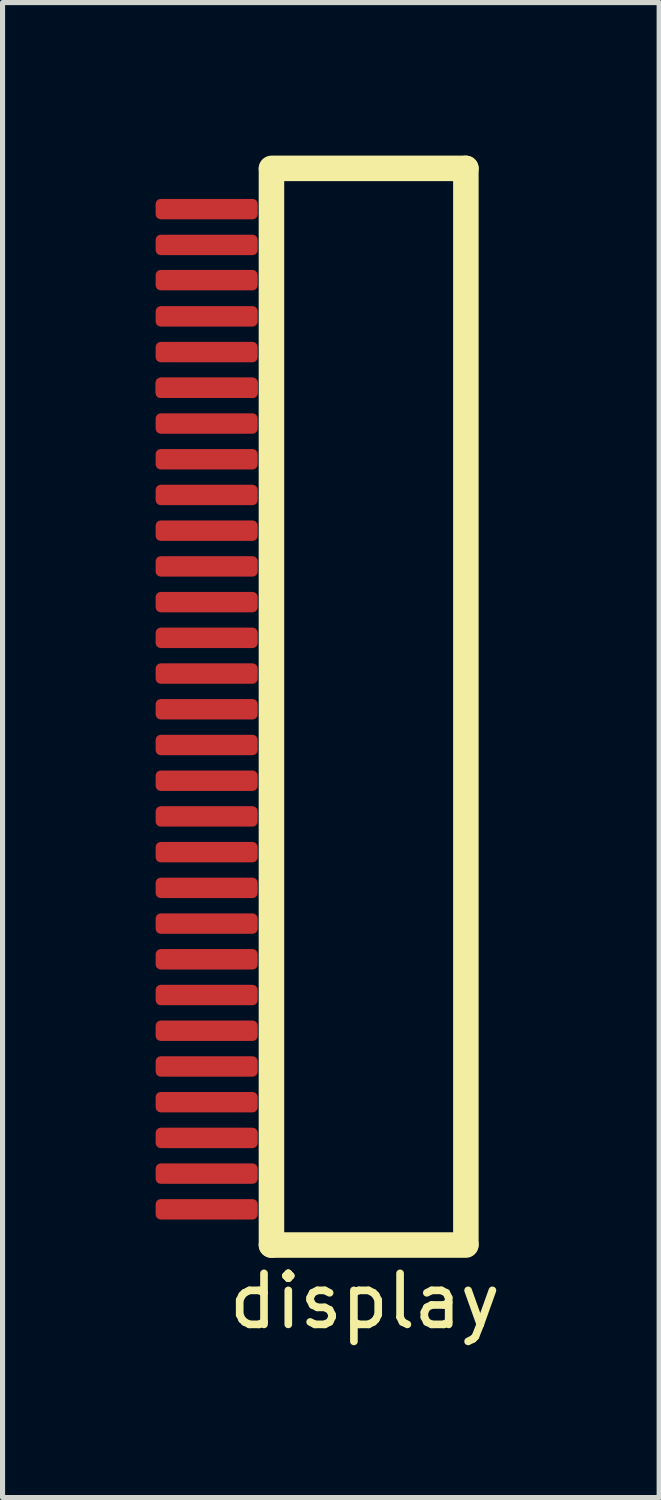
<source format=kicad_pcb>
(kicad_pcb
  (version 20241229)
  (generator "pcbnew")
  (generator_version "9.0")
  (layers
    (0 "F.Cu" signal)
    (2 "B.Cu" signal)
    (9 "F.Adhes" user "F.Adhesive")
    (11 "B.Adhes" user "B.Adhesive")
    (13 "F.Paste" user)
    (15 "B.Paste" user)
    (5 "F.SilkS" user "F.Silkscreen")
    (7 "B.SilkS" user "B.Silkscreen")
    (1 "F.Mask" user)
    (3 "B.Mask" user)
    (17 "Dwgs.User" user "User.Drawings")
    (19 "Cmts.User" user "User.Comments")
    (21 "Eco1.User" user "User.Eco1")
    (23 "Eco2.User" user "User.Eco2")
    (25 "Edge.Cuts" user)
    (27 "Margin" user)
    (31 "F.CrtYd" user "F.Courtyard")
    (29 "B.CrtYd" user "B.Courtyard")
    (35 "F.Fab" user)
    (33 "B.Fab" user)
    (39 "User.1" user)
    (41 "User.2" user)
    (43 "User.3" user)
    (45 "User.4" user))
  (footprint "display"
    (layer "F.Cu")
    (at 4.1 13.35)
    (property "Reference" "display" (at 0 9.1 0) (layer "F.SilkS") (effects (font (size 1 1) (thickness 0.15))))
    (attr through_hole)
    (fp_line (start -1.83 -13.1) (end 1.98 -13.1) (stroke (width 0.5) (type solid)) (layer "F.SilkS"))
    (fp_line (start -1.83 -13.082) (end -1.83 8) (stroke (width 0.5) (type solid)) (layer "F.SilkS"))
    (fp_line (start -1.83 8) (end 1.98 8) (stroke (width 0.5) (type solid)) (layer "F.SilkS"))
    (fp_line (start 1.98 7.982) (end 1.98 -13.1) (stroke (width 0.5) (type solid)) (layer "F.SilkS"))
    (pad "1" smd roundrect (at -3.1 -12.302 180) (size 2 0.4) (layers "F.Cu" "F.Mask" "F.Paste") (roundrect_rratio 0.25))
    (pad "2" smd roundrect (at -3.1 -11.6 90) (size 0.4 2) (layers "F.Cu" "F.Mask" "F.Paste") (roundrect_rratio 0.25))
    (pad "3" smd roundrect (at -3.1 -10.91 90) (size 0.4 2) (layers "F.Cu" "F.Mask" "F.Paste") (roundrect_rratio 0.25))
    (pad "4" smd roundrect (at -3.1 -10.2 90) (size 0.4 2) (layers "F.Cu" "F.Mask" "F.Paste") (roundrect_rratio 0.25))
    (pad "5" smd roundrect (at -3.1 -9.5 90) (size 0.4 2) (layers "F.Cu" "F.Mask" "F.Paste") (roundrect_rratio 0.25))
    (pad "6" smd roundrect (at -3.1 -8.8 90) (size 0.4 2) (layers "F.Cu" "F.Mask" "F.Paste") (roundrect_rratio 0.25))
    (pad "7" smd roundrect (at -3.1 -8.8 90) (size 0.4 2) (layers "F.Cu" "F.Mask" "F.Paste") (roundrect_rratio 0.25))
    (pad "8" smd roundrect (at -3.1 -8.1 90) (size 0.4 2) (layers "F.Cu" "F.Mask" "F.Paste") (roundrect_rratio 0.25))
    (pad "9" smd roundrect (at -3.1 -7.4 90) (size 0.4 2) (layers "F.Cu" "F.Mask" "F.Paste") (roundrect_rratio 0.25))
    (pad "10" smd roundrect (at -3.1 -6.7 90) (size 0.4 2) (layers "F.Cu" "F.Mask" "F.Paste") (roundrect_rratio 0.25))
    (pad "11" smd roundrect (at -3.1 -6 90) (size 0.4 2) (layers "F.Cu" "F.Mask" "F.Paste") (roundrect_rratio 0.25))
    (pad "12" smd roundrect (at -3.1 -5.3 90) (size 0.4 2) (layers "F.Cu" "F.Mask" "F.Paste") (roundrect_rratio 0.25))
    (pad "13" smd roundrect (at -3.1 -4.6 90) (size 0.4 2) (layers "F.Cu" "F.Mask" "F.Paste") (roundrect_rratio 0.25))
    (pad "14" smd roundrect (at -3.1 -3.9 90) (size 0.4 2) (layers "F.Cu" "F.Mask" "F.Paste") (roundrect_rratio 0.25))
    (pad "15" smd roundrect (at -3.1 -3.2 90) (size 0.4 2) (layers "F.Cu" "F.Mask" "F.Paste") (roundrect_rratio 0.25))
    (pad "16" smd roundrect (at -3.1 -2.5 90) (size 0.4 2) (layers "F.Cu" "F.Mask" "F.Paste") (roundrect_rratio 0.25))
    (pad "17" smd roundrect (at -3.1 -1.8 90) (size 0.4 2) (layers "F.Cu" "F.Mask" "F.Paste") (roundrect_rratio 0.25))
    (pad "18" smd roundrect (at -3.1 -1.1 90) (size 0.4 2) (layers "F.Cu" "F.Mask" "F.Paste") (roundrect_rratio 0.25))
    (pad "19" smd roundrect (at -3.1 -0.4 90) (size 0.4 2) (layers "F.Cu" "F.Mask" "F.Paste") (roundrect_rratio 0.25))
    (pad "20" smd roundrect (at -3.1 0.3 90) (size 0.4 2) (layers "F.Cu" "F.Mask" "F.Paste") (roundrect_rratio 0.25))
    (pad "21" smd roundrect (at -3.1 1 90) (size 0.4 2) (layers "F.Cu" "F.Mask" "F.Paste") (roundrect_rratio 0.25))
    (pad "22" smd roundrect (at -3.1 1.7 90) (size 0.4 2) (layers "F.Cu" "F.Mask" "F.Paste") (roundrect_rratio 0.25))
    (pad "23" smd roundrect (at -3.1 2.4 90) (size 0.4 2) (layers "F.Cu" "F.Mask" "F.Paste") (roundrect_rratio 0.25))
    (pad "24" smd roundrect (at -3.1 3.1 90) (size 0.4 2) (layers "F.Cu" "F.Mask" "F.Paste") (roundrect_rratio 0.25))
    (pad "25" smd roundrect (at -3.1 3.8 90) (size 0.4 2) (layers "F.Cu" "F.Mask" "F.Paste") (roundrect_rratio 0.25))
    (pad "26" smd roundrect (at -3.1 4.5 90) (size 0.4 2) (layers "F.Cu" "F.Mask" "F.Paste") (roundrect_rratio 0.25))
    (pad "27" smd roundrect (at -3.1 5.2 90) (size 0.4 2) (layers "F.Cu" "F.Mask" "F.Paste") (roundrect_rratio 0.25))
    (pad "28" smd roundrect (at -3.1 5.9 90) (size 0.4 2) (layers "F.Cu" "F.Mask" "F.Paste") (roundrect_rratio 0.25))
    (pad "29" smd roundrect (at -3.1 6.6 90) (size 0.4 2) (layers "F.Cu" "F.Mask" "F.Paste") (roundrect_rratio 0.25))
    (pad "30" smd roundrect (at -3.1 7.3 90) (size 0.4 2) (layers "F.Cu" "F.Mask" "F.Paste") (roundrect_rratio 0.25)))
  (gr_rect
    (start -3 -3)
    (end 9.868 26.298)
    (stroke (width 0.1) (type default))
    (fill no)
    (layer "Edge.Cuts")))
</source>
